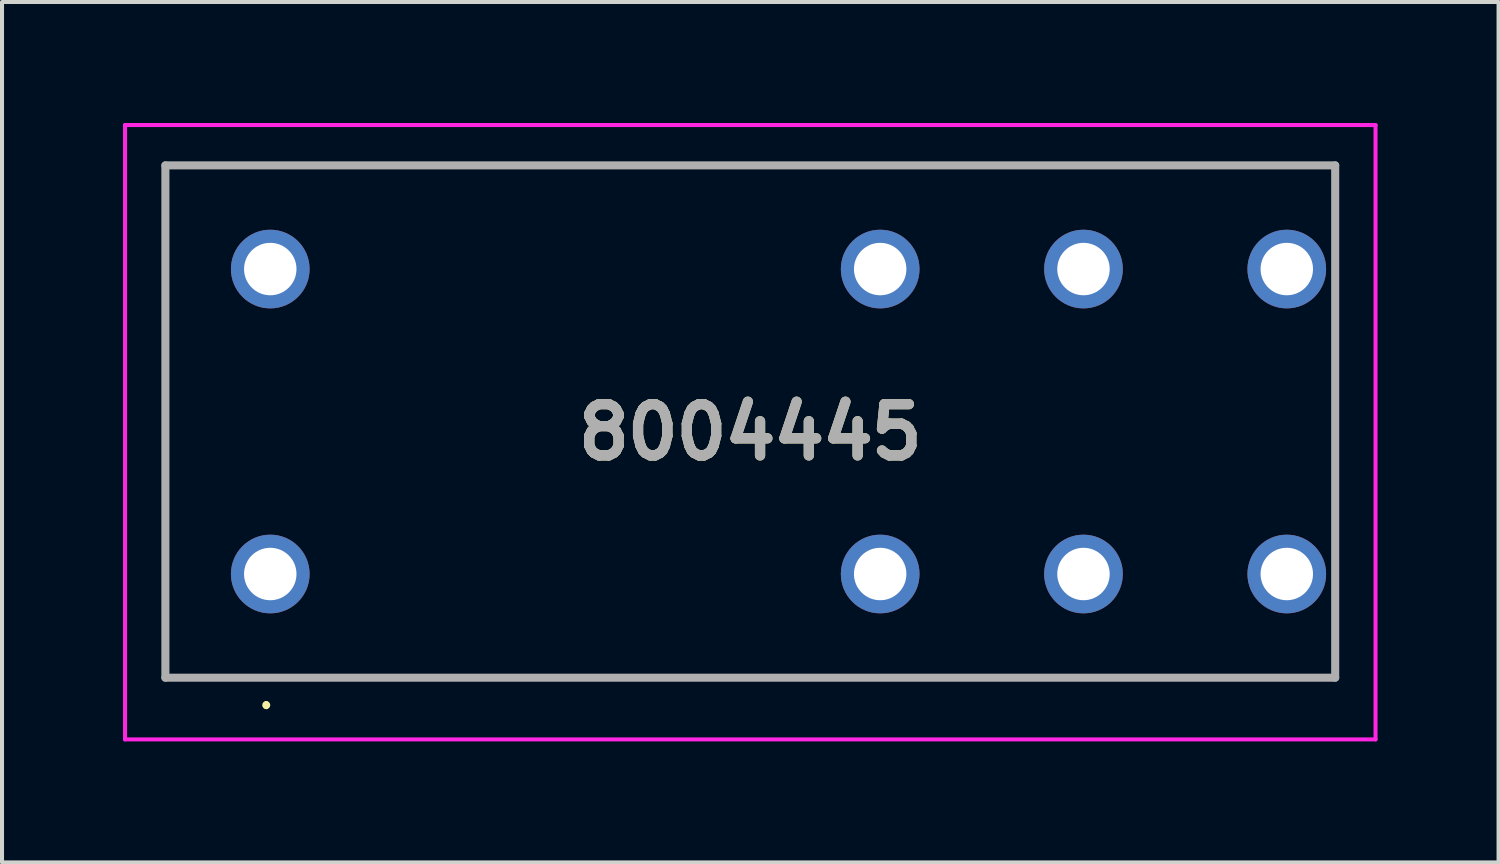
<source format=kicad_pcb>
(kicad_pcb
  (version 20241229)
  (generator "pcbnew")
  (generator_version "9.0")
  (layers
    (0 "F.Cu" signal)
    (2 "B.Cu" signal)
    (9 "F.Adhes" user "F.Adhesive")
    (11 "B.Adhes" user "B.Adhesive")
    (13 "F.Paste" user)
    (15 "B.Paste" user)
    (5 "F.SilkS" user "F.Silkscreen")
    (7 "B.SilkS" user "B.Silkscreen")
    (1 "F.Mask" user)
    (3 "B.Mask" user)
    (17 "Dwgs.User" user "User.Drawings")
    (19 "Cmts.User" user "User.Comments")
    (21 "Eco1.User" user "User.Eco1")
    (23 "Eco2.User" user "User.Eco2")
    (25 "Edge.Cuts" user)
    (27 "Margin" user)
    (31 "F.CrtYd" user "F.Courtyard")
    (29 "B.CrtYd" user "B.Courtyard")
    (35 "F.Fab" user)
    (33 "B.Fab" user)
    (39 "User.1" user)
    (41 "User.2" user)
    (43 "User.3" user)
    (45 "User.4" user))
  (footprint "8004445"
    (layer "F.Cu")
    (at 3.65 11.18)
    (property "Reference" "8004445" (at 11.9 -3.515 0) (layer "F.SilkS") (effects (font (size 1.27 1.27) (thickness 0.254))))
    (attr through_hole)
    (fp_line (start -2.6 -10.13) (end 26.4 -10.13) (stroke (width 0.1) (type solid)) (layer "F.SilkS"))
    (fp_line (start -2.6 2.57) (end -2.6 -10.13) (stroke (width 0.1) (type solid)) (layer "F.SilkS"))
    (fp_line (start -0.1 3.2) (end -0.1 3.2) (stroke (width 0.1) (type solid)) (layer "F.SilkS"))
    (fp_line (start -0.1 3.3) (end -0.1 3.3) (stroke (width 0.1) (type solid)) (layer "F.SilkS"))
    (fp_line (start 26.4 -10.13) (end 26.4 -8.78) (stroke (width 0.1) (type solid)) (layer "F.SilkS"))
    (fp_line (start 26.4 -6.28) (end 26.4 -1.28) (stroke (width 0.1) (type solid)) (layer "F.SilkS"))
    (fp_line (start 26.4 1.22) (end 26.4 2.57) (stroke (width 0.1) (type solid)) (layer "F.SilkS"))
    (fp_line (start 26.4 2.57) (end -2.6 2.57) (stroke (width 0.1) (type solid)) (layer "F.SilkS"))
    (fp_arc (start -0.1 3.2) (mid -0.05 3.25) (end -0.1 3.3) (stroke (width 0.1) (type solid)) (layer "F.SilkS"))
    (fp_arc (start -0.1 3.3) (mid -0.15 3.25) (end -0.1 3.2) (stroke (width 0.1) (type solid)) (layer "F.SilkS"))
    (fp_line (start -3.6 -11.13) (end 27.4 -11.13) (stroke (width 0.1) (type solid)) (layer "F.CrtYd"))
    (fp_line (start -3.6 4.1) (end -3.6 -11.13) (stroke (width 0.1) (type solid)) (layer "F.CrtYd"))
    (fp_line (start 27.4 -11.13) (end 27.4 4.1) (stroke (width 0.1) (type solid)) (layer "F.CrtYd"))
    (fp_line (start 27.4 4.1) (end -3.6 4.1) (stroke (width 0.1) (type solid)) (layer "F.CrtYd"))
    (fp_line (start -2.6 -10.13) (end 26.4 -10.13) (stroke (width 0.2) (type solid)) (layer "F.Fab"))
    (fp_line (start -2.6 2.57) (end -2.6 -10.13) (stroke (width 0.2) (type solid)) (layer "F.Fab"))
    (fp_line (start 26.4 -10.13) (end 26.4 2.57) (stroke (width 0.2) (type solid)) (layer "F.Fab"))
    (fp_line (start 26.4 2.57) (end -2.6 2.57) (stroke (width 0.2) (type solid)) (layer "F.Fab"))
    (fp_text user "${REFERENCE}" (at 11.9 -3.515 0) (layer "F.Fab") (effects (font (size 1.27 1.27) (thickness 0.254))))
    (pad "1" thru_hole circle (at 0 0) (size 1.95 1.95) (drill 1.3) (layers "*.Cu" "*.Mask"))
    (pad "2" thru_hole circle (at 15.12 0) (size 1.95 1.95) (drill 1.3) (layers "*.Cu" "*.Mask"))
    (pad "3" thru_hole circle (at 20.16 0) (size 1.95 1.95) (drill 1.3) (layers "*.Cu" "*.Mask"))
    (pad "4" thru_hole circle (at 25.2 0) (size 1.95 1.95) (drill 1.3) (layers "*.Cu" "*.Mask"))
    (pad "5" thru_hole circle (at 25.2 -7.56) (size 1.95 1.95) (drill 1.3) (layers "*.Cu" "*.Mask"))
    (pad "6" thru_hole circle (at 20.16 -7.56) (size 1.95 1.95) (drill 1.3) (layers "*.Cu" "*.Mask"))
    (pad "7" thru_hole circle (at 15.12 -7.56) (size 1.95 1.95) (drill 1.3) (layers "*.Cu" "*.Mask"))
    (pad "8" thru_hole circle (at 0 -7.56) (size 1.95 1.95) (drill 1.3) (layers "*.Cu" "*.Mask")))
  (gr_rect
    (start -3 -3)
    (end 34.1 18.33)
    (stroke (width 0.1) (type default))
    (fill no)
    (layer "Edge.Cuts")))
</source>
